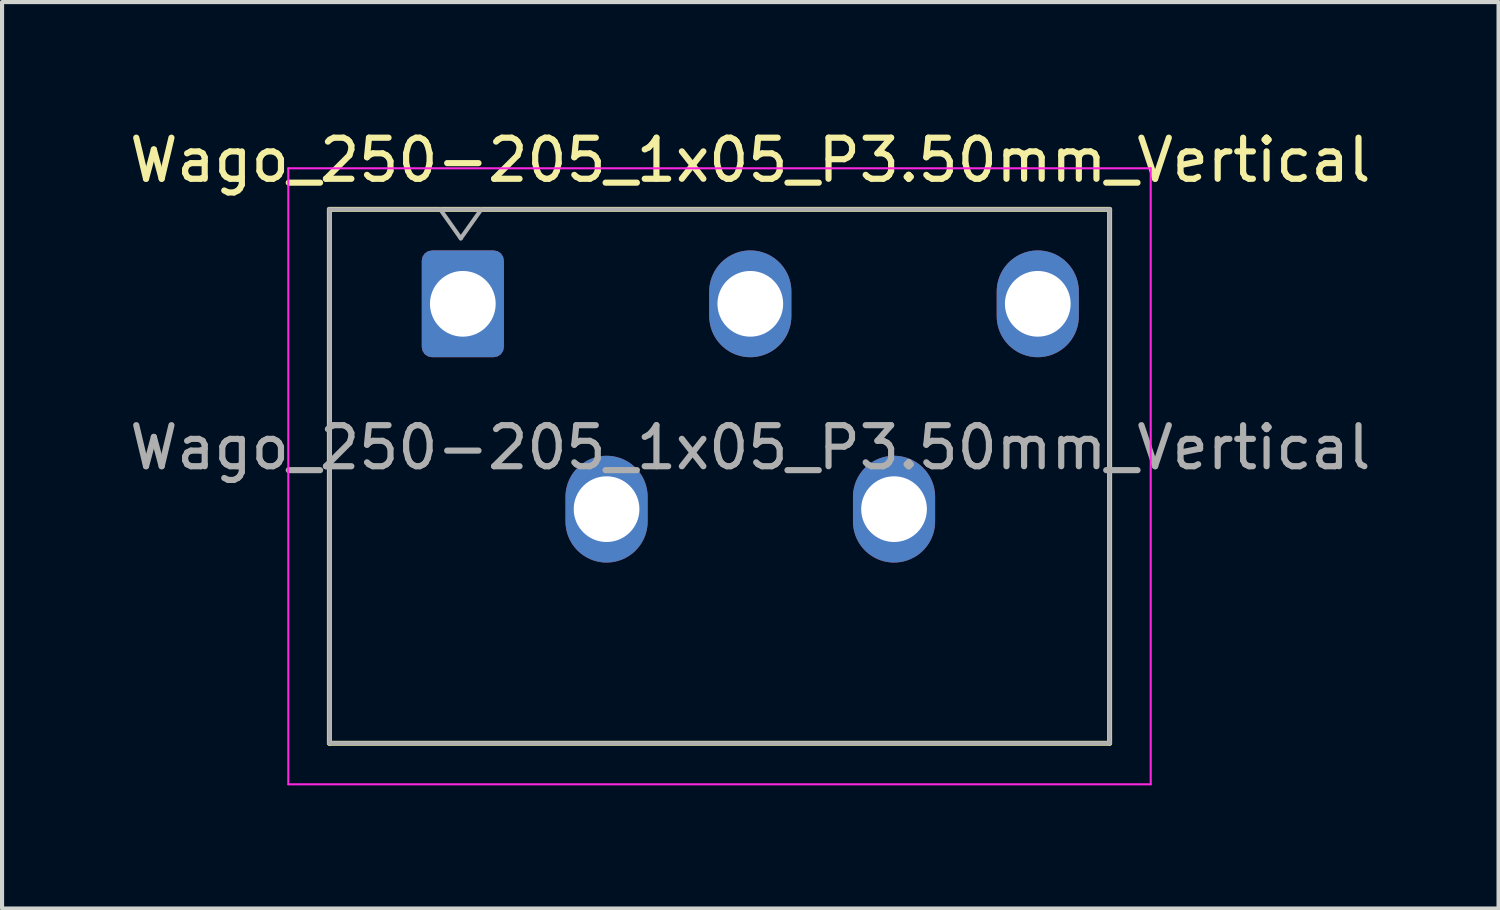
<source format=kicad_pcb>
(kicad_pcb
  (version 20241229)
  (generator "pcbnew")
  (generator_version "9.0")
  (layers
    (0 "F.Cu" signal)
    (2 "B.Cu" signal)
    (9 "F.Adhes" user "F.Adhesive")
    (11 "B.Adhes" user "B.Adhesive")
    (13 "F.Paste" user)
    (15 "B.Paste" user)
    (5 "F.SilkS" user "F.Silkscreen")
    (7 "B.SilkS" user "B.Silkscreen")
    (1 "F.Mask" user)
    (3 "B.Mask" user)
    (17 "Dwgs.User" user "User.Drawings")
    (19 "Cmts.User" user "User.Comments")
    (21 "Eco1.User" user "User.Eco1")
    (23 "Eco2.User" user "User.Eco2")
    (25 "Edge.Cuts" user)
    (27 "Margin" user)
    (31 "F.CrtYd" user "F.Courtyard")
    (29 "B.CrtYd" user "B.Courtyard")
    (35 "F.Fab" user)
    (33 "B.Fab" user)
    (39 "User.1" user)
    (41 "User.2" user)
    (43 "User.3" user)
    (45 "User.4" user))
  (footprint "Wago_250-205_1x05_P3.50mm_Vertical"
    (layer "F.Cu")
    (at 8.22 4.348)
    (property "Reference" "Wago_250-205_1x05_P3.50mm_Vertical" (at 7 -3.5 0) (layer "F.SilkS") (effects (font (size 1 1) (thickness 0.15))))
    (attr through_hole)
    (fp_line (start -3.25 10.7) (end -3.25 -2.3) (stroke (width 0.12) (type solid)) (layer "F.SilkS"))
    (fp_line (start 15.75 -2.3) (end -3.25 -2.3) (stroke (width 0.12) (type solid)) (layer "F.SilkS"))
    (fp_line (start 15.75 10.7) (end -3.25 10.7) (stroke (width 0.12) (type solid)) (layer "F.SilkS"))
    (fp_line (start 15.75 10.7) (end 15.75 -2.3) (stroke (width 0.12) (type solid)) (layer "F.SilkS"))
    (fp_line (start -4.25 -3.3) (end -4.25 11.7) (stroke (width 0.05) (type solid)) (layer "F.CrtYd"))
    (fp_line (start -4.25 11.7) (end 16.75 11.7) (stroke (width 0.05) (type solid)) (layer "F.CrtYd"))
    (fp_line (start 16.75 -3.3) (end -4.25 -3.3) (stroke (width 0.05) (type solid)) (layer "F.CrtYd"))
    (fp_line (start 16.75 11.7) (end 16.75 -3.3) (stroke (width 0.05) (type solid)) (layer "F.CrtYd"))
    (fp_line (start -3.25 -2.3) (end -3.25 10.7) (stroke (width 0.1) (type solid)) (layer "F.Fab"))
    (fp_line (start -3.25 10.7) (end 15.75 10.7) (stroke (width 0.1) (type solid)) (layer "F.Fab"))
    (fp_line (start -0.55 -2.3) (end -0.05 -1.593) (stroke (width 0.1) (type solid)) (layer "F.Fab"))
    (fp_line (start -0.05 -1.593) (end 0.45 -2.3) (stroke (width 0.1) (type solid)) (layer "F.Fab"))
    (fp_line (start 15.75 -2.3) (end -3.25 -2.3) (stroke (width 0.1) (type solid)) (layer "F.Fab"))
    (fp_line (start 15.75 10.7) (end 15.75 -2.3) (stroke (width 0.1) (type solid)) (layer "F.Fab"))
    (fp_text user "${REFERENCE}" (at 7 3.5 0) (layer "F.Fab") (effects (font (size 1 1) (thickness 0.15))))
    (pad "1" thru_hole roundrect (at 0 0) (size 2 2.6) (drill 1.6) (layers "*.Cu" "*.Mask") (roundrect_rratio 0.125))
    (pad "2" thru_hole oval (at 3.5 5) (size 2 2.6) (drill 1.6) (layers "*.Cu" "*.Mask"))
    (pad "3" thru_hole oval (at 7 0) (size 2 2.6) (drill 1.6) (layers "*.Cu" "*.Mask"))
    (pad "4" thru_hole oval (at 10.5 5) (size 2 2.6) (drill 1.6) (layers "*.Cu" "*.Mask"))
    (pad "5" thru_hole oval (at 14 0) (size 2 2.6) (drill 1.6) (layers "*.Cu" "*.Mask")))
  (gr_rect
    (start -3 -3)
    (end 33.44 19.073)
    (stroke (width 0.1) (type default))
    (fill no)
    (layer "Edge.Cuts")))
</source>
